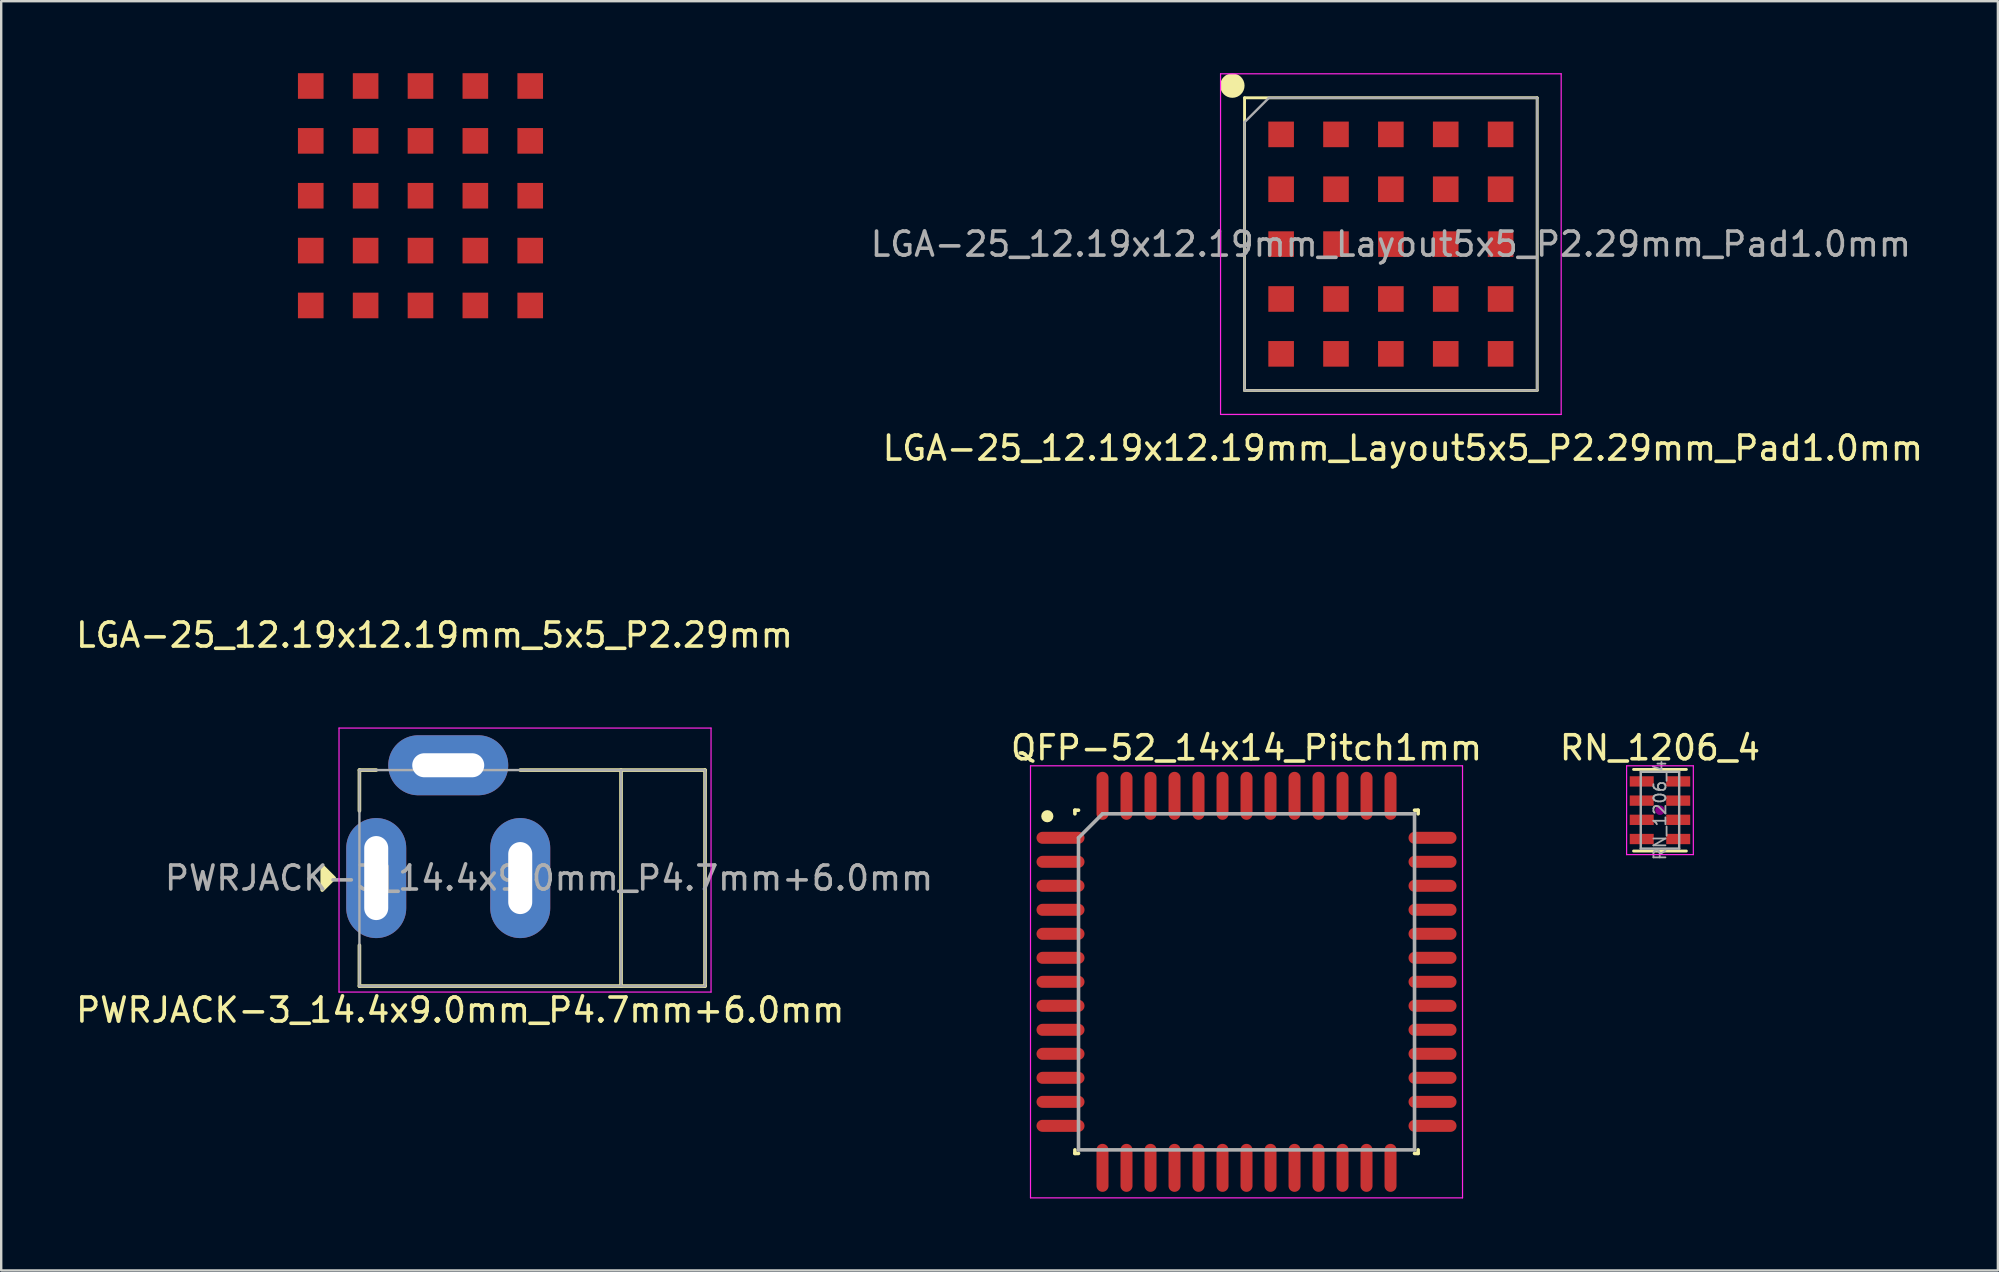
<source format=kicad_pcb>
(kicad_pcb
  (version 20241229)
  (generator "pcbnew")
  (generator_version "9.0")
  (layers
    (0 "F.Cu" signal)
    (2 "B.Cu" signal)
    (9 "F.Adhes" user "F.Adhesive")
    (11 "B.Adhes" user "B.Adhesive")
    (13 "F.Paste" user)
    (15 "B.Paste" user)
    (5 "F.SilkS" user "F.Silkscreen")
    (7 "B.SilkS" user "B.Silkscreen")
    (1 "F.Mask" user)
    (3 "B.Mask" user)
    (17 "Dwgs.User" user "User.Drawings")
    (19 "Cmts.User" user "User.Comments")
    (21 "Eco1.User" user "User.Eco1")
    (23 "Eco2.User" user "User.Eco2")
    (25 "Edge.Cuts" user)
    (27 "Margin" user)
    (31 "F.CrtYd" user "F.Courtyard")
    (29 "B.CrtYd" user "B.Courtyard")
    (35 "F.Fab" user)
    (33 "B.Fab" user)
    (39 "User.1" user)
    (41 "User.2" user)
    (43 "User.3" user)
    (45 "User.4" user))
  (footprint "LGA-25_12.19x12.19mm_5x5_P2.29mm"
    (layer "F.Cu")
    (at 14.469 5.105)
    (property "Reference" "LGA-25_12.19x12.19mm_5x5_P2.29mm" (at 0.584 18.305 0) (layer "F.SilkS") (effects (font (size 1 1) (thickness 0.15))))
    (attr through_hole)
    (pad "A1" smd rect (at -4.572 -4.572) (size 1.067 1.067) (layers "F.Cu" "F.Mask" "F.Paste"))
    (pad "A2" smd rect (at -2.286 -4.572) (size 1.067 1.067) (layers "F.Cu" "F.Mask" "F.Paste"))
    (pad "A3" smd rect (at 0 -4.572) (size 1.067 1.067) (layers "F.Cu" "F.Mask" "F.Paste"))
    (pad "A4" smd rect (at 2.286 -4.572) (size 1.067 1.067) (layers "F.Cu" "F.Mask" "F.Paste"))
    (pad "A5" smd rect (at 4.572 -4.572) (size 1.067 1.067) (layers "F.Cu" "F.Mask" "F.Paste"))
    (pad "B1" smd rect (at -4.572 -2.286) (size 1.067 1.067) (layers "F.Cu" "F.Mask" "F.Paste"))
    (pad "B2" smd rect (at -2.286 -2.286) (size 1.067 1.067) (layers "F.Cu" "F.Mask" "F.Paste"))
    (pad "B3" smd rect (at 0 -2.286) (size 1.067 1.067) (layers "F.Cu" "F.Mask" "F.Paste"))
    (pad "B4" smd rect (at 2.286 -2.286) (size 1.067 1.067) (layers "F.Cu" "F.Mask" "F.Paste"))
    (pad "B5" smd rect (at 4.572 -2.286) (size 1.067 1.067) (layers "F.Cu" "F.Mask" "F.Paste"))
    (pad "C1" smd rect (at -4.572 0) (size 1.067 1.067) (layers "F.Cu" "F.Mask" "F.Paste"))
    (pad "C2" smd rect (at -2.286 0) (size 1.067 1.067) (layers "F.Cu" "F.Mask" "F.Paste"))
    (pad "C3" smd rect (at 0 0) (size 1.067 1.067) (layers "F.Cu" "F.Mask" "F.Paste"))
    (pad "C4" smd rect (at 2.286 0) (size 1.067 1.067) (layers "F.Cu" "F.Mask" "F.Paste"))
    (pad "C5" smd rect (at 4.572 0) (size 1.067 1.067) (layers "F.Cu" "F.Mask" "F.Paste"))
    (pad "D1" smd rect (at -4.572 2.286) (size 1.067 1.067) (layers "F.Cu" "F.Mask" "F.Paste"))
    (pad "D2" smd rect (at -2.286 2.286) (size 1.067 1.067) (layers "F.Cu" "F.Mask" "F.Paste"))
    (pad "D3" smd rect (at 0 2.286) (size 1.067 1.067) (layers "F.Cu" "F.Mask" "F.Paste"))
    (pad "D4" smd rect (at 2.286 2.286) (size 1.067 1.067) (layers "F.Cu" "F.Mask" "F.Paste"))
    (pad "D5" smd rect (at 4.572 2.286) (size 1.067 1.067) (layers "F.Cu" "F.Mask" "F.Paste"))
    (pad "E1" smd rect (at -4.572 4.572) (size 1.067 1.067) (layers "F.Cu" "F.Mask" "F.Paste"))
    (pad "E2" smd rect (at -2.286 4.572) (size 1.067 1.067) (layers "F.Cu" "F.Mask" "F.Paste"))
    (pad "E3" smd rect (at 0 4.572) (size 1.067 1.067) (layers "F.Cu" "F.Mask" "F.Paste"))
    (pad "E4" smd rect (at 2.286 4.572) (size 1.067 1.067) (layers "F.Cu" "F.Mask" "F.Paste"))
    (pad "E5" smd rect (at 4.572 4.572) (size 1.067 1.067) (layers "F.Cu" "F.Mask" "F.Paste")))
  (footprint "PWRJACK-3_14.4x9.0mm_P4.7mm+6.0mm"
    (layer "F.Cu")
    (at 19.825 33.534)
    (property "Reference" "PWRJACK-3_14.4x9.0mm_P4.7mm+6.0mm" (at -3.7 5.5 0) (layer "F.SilkS") (effects (font (size 1 1) (thickness 0.15))))
    (attr through_hole)
    (fp_line (start -7.9 -4.5) (end -7.9 -2.8) (stroke (width 0.15) (type solid)) (layer "F.SilkS"))
    (fp_line (start -7.9 -4.5) (end -7.2 -4.5) (stroke (width 0.15) (type solid)) (layer "F.SilkS"))
    (fp_line (start -7.9 2.8) (end -7.9 4.5) (stroke (width 0.15) (type solid)) (layer "F.SilkS"))
    (fp_line (start -1.2 -4.5) (end 6.5 -4.5) (stroke (width 0.15) (type solid)) (layer "F.SilkS"))
    (fp_line (start 3 -4.5) (end 3 4.5) (stroke (width 0.15) (type solid)) (layer "F.SilkS"))
    (fp_line (start 6.5 -4.5) (end 6.5 4.5) (stroke (width 0.15) (type solid)) (layer "F.SilkS"))
    (fp_line (start 6.5 4.5) (end -7.9 4.5) (stroke (width 0.15) (type solid)) (layer "F.SilkS"))
    (fp_poly (pts (xy -8.95 0) (xy -9.45 -0.5) (xy -9.45 0.5)) (stroke (width 0.15) (type solid)) (fill yes) (layer "F.SilkS"))
    (fp_line (start -8.75 -6.25) (end 6.75 -6.25) (stroke (width 0.05) (type solid)) (layer "F.CrtYd"))
    (fp_line (start -8.75 4.75) (end -8.75 -6.25) (stroke (width 0.05) (type solid)) (layer "F.CrtYd"))
    (fp_line (start 6.75 -6.25) (end 6.75 4.75) (stroke (width 0.05) (type solid)) (layer "F.CrtYd"))
    (fp_line (start 6.75 4.75) (end -8.75 4.75) (stroke (width 0.05) (type solid)) (layer "F.CrtYd"))
    (fp_line (start -7.9 -4.5) (end -7.9 4.5) (stroke (width 0.1) (type solid)) (layer "F.Fab"))
    (fp_line (start -7.9 -4.5) (end 6.5 -4.5) (stroke (width 0.1) (type solid)) (layer "F.Fab"))
    (fp_line (start 3 -4.5) (end 3 4.5) (stroke (width 0.1) (type solid)) (layer "F.Fab"))
    (fp_line (start 6.5 -4.5) (end 6.5 4.5) (stroke (width 0.1) (type solid)) (layer "F.Fab"))
    (fp_line (start 6.5 4.5) (end -7.9 4.5) (stroke (width 0.1) (type solid)) (layer "F.Fab"))
    (fp_poly (pts (xy -7.25 0) (xy -6.75 -0.5) (xy -6.75 0.5)) (stroke (width 0.15) (type solid)) (fill no) (layer "F.Fab"))
    (fp_text user "${REFERENCE}" (at 0 0 0) (layer "F.Fab") (effects (font (size 1 1) (thickness 0.15))))
    (pad "1" thru_hole oval (at -7.2 0) (size 2.5 5) (drill oval 1 3.5) (layers "*.Cu" "*.Mask"))
    (pad "2" thru_hole oval (at -1.2 0) (size 2.5 5) (drill oval 1 3) (layers "*.Cu" "*.Mask"))
    (pad "3" thru_hole oval (at -4.2 -4.7) (size 5 2.5) (drill oval 3 1) (layers "*.Cu" "*.Mask")))
  (footprint "QFP-52_14x14_Pitch1mm"
    (layer "F.Cu")
    (at 48.885 37.857)
    (property "Reference" "QFP-52_14x14_Pitch1mm" (at 0 -9.75 0) (layer "F.SilkS") (effects (font (size 1 1) (thickness 0.15))))
    (attr smd)
    (fp_line (start -7.15 -7.15) (end -7.15 -7) (stroke (width 0.15) (type solid)) (layer "F.SilkS"))
    (fp_line (start -7.15 7.15) (end -7.15 7) (stroke (width 0.15) (type solid)) (layer "F.SilkS"))
    (fp_line (start -7 -7.15) (end -7.15 -7.15) (stroke (width 0.15) (type solid)) (layer "F.SilkS"))
    (fp_line (start -7 7.15) (end -7.15 7.15) (stroke (width 0.15) (type solid)) (layer "F.SilkS"))
    (fp_line (start 7 -7.15) (end 7.15 -7.15) (stroke (width 0.15) (type solid)) (layer "F.SilkS"))
    (fp_line (start 7 7.15) (end 7.15 7.15) (stroke (width 0.15) (type solid)) (layer "F.SilkS"))
    (fp_line (start 7.15 -7.15) (end 7.15 -7) (stroke (width 0.15) (type solid)) (layer "F.SilkS"))
    (fp_line (start 7.15 7.15) (end 7.15 7) (stroke (width 0.15) (type solid)) (layer "F.SilkS"))
    (fp_circle (center -8.3 -6.9) (end -8.173 -6.9) (stroke (width 0.254) (type solid)) (fill no) (layer "F.SilkS"))
    (fp_line (start -9 -9) (end 9 -9) (stroke (width 0.05) (type solid)) (layer "F.CrtYd"))
    (fp_line (start -9 9) (end -9 -9) (stroke (width 0.05) (type solid)) (layer "F.CrtYd"))
    (fp_line (start 9 -9) (end 9 9) (stroke (width 0.05) (type solid)) (layer "F.CrtYd"))
    (fp_line (start 9 9) (end -9 9) (stroke (width 0.05) (type solid)) (layer "F.CrtYd"))
    (fp_line (start -7 -6) (end -7 7) (stroke (width 0.15) (type solid)) (layer "F.Fab"))
    (fp_line (start -7 7) (end 7 7) (stroke (width 0.15) (type solid)) (layer "F.Fab"))
    (fp_line (start -6 -7) (end -7 -6) (stroke (width 0.15) (type solid)) (layer "F.Fab"))
    (fp_line (start 7 -7) (end -6 -7) (stroke (width 0.15) (type solid)) (layer "F.Fab"))
    (fp_line (start 7 7) (end 7 -7) (stroke (width 0.15) (type solid)) (layer "F.Fab"))
    (pad "1" smd oval (at -7.75 -6 90) (size 0.5 2) (layers "F.Cu" "F.Mask" "F.Paste"))
    (pad "2" smd oval (at -7.75 -5 90) (size 0.5 2) (layers "F.Cu" "F.Mask" "F.Paste"))
    (pad "3" smd oval (at -7.75 -4 90) (size 0.5 2) (layers "F.Cu" "F.Mask" "F.Paste"))
    (pad "4" smd oval (at -7.75 -3 90) (size 0.5 2) (layers "F.Cu" "F.Mask" "F.Paste"))
    (pad "5" smd oval (at -7.75 -2 90) (size 0.5 2) (layers "F.Cu" "F.Mask" "F.Paste"))
    (pad "6" smd oval (at -7.75 -1 90) (size 0.5 2) (layers "F.Cu" "F.Mask" "F.Paste"))
    (pad "7" smd oval (at -7.75 0 90) (size 0.5 2) (layers "F.Cu" "F.Mask" "F.Paste"))
    (pad "8" smd oval (at -7.75 1 90) (size 0.5 2) (layers "F.Cu" "F.Mask" "F.Paste"))
    (pad "9" smd oval (at -7.75 2 90) (size 0.5 2) (layers "F.Cu" "F.Mask" "F.Paste"))
    (pad "10" smd oval (at -7.75 3 90) (size 0.5 2) (layers "F.Cu" "F.Mask" "F.Paste"))
    (pad "11" smd oval (at -7.75 4 90) (size 0.5 2) (layers "F.Cu" "F.Mask" "F.Paste"))
    (pad "12" smd oval (at -7.75 5 90) (size 0.5 2) (layers "F.Cu" "F.Mask" "F.Paste"))
    (pad "13" smd oval (at -7.75 6 90) (size 0.5 2) (layers "F.Cu" "F.Mask" "F.Paste"))
    (pad "14" smd oval (at -6 7.75) (size 0.5 2) (layers "F.Cu" "F.Mask" "F.Paste"))
    (pad "15" smd oval (at -5 7.75) (size 0.5 2) (layers "F.Cu" "F.Mask" "F.Paste"))
    (pad "16" smd oval (at -4 7.75) (size 0.5 2) (layers "F.Cu" "F.Mask" "F.Paste"))
    (pad "17" smd oval (at -3 7.75) (size 0.5 2) (layers "F.Cu" "F.Mask" "F.Paste"))
    (pad "18" smd oval (at -2 7.75) (size 0.5 2) (layers "F.Cu" "F.Mask" "F.Paste"))
    (pad "19" smd oval (at -1 7.75) (size 0.5 2) (layers "F.Cu" "F.Mask" "F.Paste"))
    (pad "20" smd oval (at 0 7.75) (size 0.5 2) (layers "F.Cu" "F.Mask" "F.Paste"))
    (pad "21" smd oval (at 1 7.75) (size 0.5 2) (layers "F.Cu" "F.Mask" "F.Paste"))
    (pad "22" smd oval (at 2 7.75) (size 0.5 2) (layers "F.Cu" "F.Mask" "F.Paste"))
    (pad "23" smd oval (at 3 7.75) (size 0.5 2) (layers "F.Cu" "F.Mask" "F.Paste"))
    (pad "24" smd oval (at 4 7.75) (size 0.5 2) (layers "F.Cu" "F.Mask" "F.Paste"))
    (pad "25" smd oval (at 5 7.75) (size 0.5 2) (layers "F.Cu" "F.Mask" "F.Paste"))
    (pad "26" smd oval (at 6 7.75) (size 0.5 2) (layers "F.Cu" "F.Mask" "F.Paste"))
    (pad "27" smd oval (at 7.75 6 90) (size 0.5 2) (layers "F.Cu" "F.Mask" "F.Paste"))
    (pad "28" smd oval (at 7.75 5 90) (size 0.5 2) (layers "F.Cu" "F.Mask" "F.Paste"))
    (pad "29" smd oval (at 7.75 4 90) (size 0.5 2) (layers "F.Cu" "F.Mask" "F.Paste"))
    (pad "30" smd oval (at 7.75 3 90) (size 0.5 2) (layers "F.Cu" "F.Mask" "F.Paste"))
    (pad "31" smd oval (at 7.75 2 90) (size 0.5 2) (layers "F.Cu" "F.Mask" "F.Paste"))
    (pad "32" smd oval (at 7.75 1 90) (size 0.5 2) (layers "F.Cu" "F.Mask" "F.Paste"))
    (pad "33" smd oval (at 7.75 0 90) (size 0.5 2) (layers "F.Cu" "F.Mask" "F.Paste"))
    (pad "34" smd oval (at 7.75 -1 90) (size 0.5 2) (layers "F.Cu" "F.Mask" "F.Paste"))
    (pad "35" smd oval (at 7.75 -2 90) (size 0.5 2) (layers "F.Cu" "F.Mask" "F.Paste"))
    (pad "36" smd oval (at 7.75 -3 90) (size 0.5 2) (layers "F.Cu" "F.Mask" "F.Paste"))
    (pad "37" smd oval (at 7.75 -4 90) (size 0.5 2) (layers "F.Cu" "F.Mask" "F.Paste"))
    (pad "38" smd oval (at 7.75 -5 90) (size 0.5 2) (layers "F.Cu" "F.Mask" "F.Paste"))
    (pad "39" smd oval (at 7.75 -6 90) (size 0.5 2) (layers "F.Cu" "F.Mask" "F.Paste"))
    (pad "40" smd oval (at 6 -7.75) (size 0.5 2) (layers "F.Cu" "F.Mask" "F.Paste"))
    (pad "41" smd oval (at 5 -7.75) (size 0.5 2) (layers "F.Cu" "F.Mask" "F.Paste"))
    (pad "42" smd oval (at 4 -7.75) (size 0.5 2) (layers "F.Cu" "F.Mask" "F.Paste"))
    (pad "43" smd oval (at 3 -7.75) (size 0.5 2) (layers "F.Cu" "F.Mask" "F.Paste"))
    (pad "44" smd oval (at 2 -7.75) (size 0.5 2) (layers "F.Cu" "F.Mask" "F.Paste"))
    (pad "45" smd oval (at 1 -7.75) (size 0.5 2) (layers "F.Cu" "F.Mask" "F.Paste"))
    (pad "46" smd oval (at 0 -7.75) (size 0.5 2) (layers "F.Cu" "F.Mask" "F.Paste"))
    (pad "47" smd oval (at -1 -7.75) (size 0.5 2) (layers "F.Cu" "F.Mask" "F.Paste"))
    (pad "48" smd oval (at -2 -7.75) (size 0.5 2) (layers "F.Cu" "F.Mask" "F.Paste"))
    (pad "49" smd oval (at -3 -7.75) (size 0.5 2) (layers "F.Cu" "F.Mask" "F.Paste"))
    (pad "50" smd oval (at -4 -7.75) (size 0.5 2) (layers "F.Cu" "F.Mask" "F.Paste"))
    (pad "51" smd oval (at -5 -7.75) (size 0.5 2) (layers "F.Cu" "F.Mask" "F.Paste"))
    (pad "52" smd oval (at -6 -7.75) (size 0.5 2) (layers "F.Cu" "F.Mask" "F.Paste")))
  (footprint "LGA-25_12.19x12.19mm_Layout5x5_P2.29mm_Pad1.0mm"
    (layer "F.Cu")
    (at 54.899 7.121)
    (property "Reference" "LGA-25_12.19x12.19mm_Layout5x5_P2.29mm_Pad1.0mm" (at 0.5 8.5 0) (layer "F.SilkS") (effects (font (size 1 1) (thickness 0.15))))
    (attr smd)
    (fp_line (start -6.096 -6.096) (end 6.096 -6.096) (stroke (width 0.12) (type solid)) (layer "F.SilkS"))
    (fp_line (start -6.096 6.096) (end -6.096 -6.096) (stroke (width 0.12) (type solid)) (layer "F.SilkS"))
    (fp_line (start 6.096 -6.096) (end 6.096 6.096) (stroke (width 0.12) (type solid)) (layer "F.SilkS"))
    (fp_line (start 6.096 6.096) (end -6.096 6.096) (stroke (width 0.12) (type solid)) (layer "F.SilkS"))
    (fp_circle (center -6.604 -6.604) (end -6.35 -6.604) (stroke (width 0.508) (type solid)) (fill no) (layer "F.SilkS"))
    (fp_line (start -7.096 -7.096) (end -7.096 7.096) (stroke (width 0.05) (type solid)) (layer "F.CrtYd"))
    (fp_line (start -7.096 -7.096) (end 7.096 -7.096) (stroke (width 0.05) (type solid)) (layer "F.CrtYd"))
    (fp_line (start -7.096 7.096) (end 7.096 7.096) (stroke (width 0.05) (type solid)) (layer "F.CrtYd"))
    (fp_line (start 7.096 -7.096) (end 7.096 7.096) (stroke (width 0.05) (type solid)) (layer "F.CrtYd"))
    (fp_line (start -6.096 -5.08) (end -5.08 -6.096) (stroke (width 0.1) (type solid)) (layer "F.Fab"))
    (fp_line (start -6.096 6.096) (end -6.096 -5.08) (stroke (width 0.1) (type solid)) (layer "F.Fab"))
    (fp_line (start -5.08 -6.096) (end 6.096 -6.096) (stroke (width 0.1) (type solid)) (layer "F.Fab"))
    (fp_line (start 6.096 -6.096) (end 6.096 6.096) (stroke (width 0.1) (type solid)) (layer "F.Fab"))
    (fp_line (start 6.096 6.096) (end -6.096 6.096) (stroke (width 0.1) (type solid)) (layer "F.Fab"))
    (fp_text user "${REFERENCE}" (at 0 0 0) (layer "F.Fab") (effects (font (size 1 1) (thickness 0.15))))
    (pad "A1" smd rect (at -4.572 -4.572) (size 1.067 1.067) (layers "F.Cu" "F.Mask" "F.Paste"))
    (pad "A2" smd rect (at -2.286 -4.572) (size 1.067 1.067) (layers "F.Cu" "F.Mask" "F.Paste"))
    (pad "A3" smd rect (at 0 -4.572) (size 1.067 1.067) (layers "F.Cu" "F.Mask" "F.Paste"))
    (pad "A4" smd rect (at 2.286 -4.572) (size 1.067 1.067) (layers "F.Cu" "F.Mask" "F.Paste"))
    (pad "A5" smd rect (at 4.572 -4.572) (size 1.067 1.067) (layers "F.Cu" "F.Mask" "F.Paste"))
    (pad "B1" smd rect (at -4.572 -2.286) (size 1.067 1.067) (layers "F.Cu" "F.Mask" "F.Paste"))
    (pad "B2" smd rect (at -2.286 -2.286) (size 1.067 1.067) (layers "F.Cu" "F.Mask" "F.Paste"))
    (pad "B3" smd rect (at 0 -2.286) (size 1.067 1.067) (layers "F.Cu" "F.Mask" "F.Paste"))
    (pad "B4" smd rect (at 2.286 -2.286) (size 1.067 1.067) (layers "F.Cu" "F.Mask" "F.Paste"))
    (pad "B5" smd rect (at 4.572 -2.286) (size 1.067 1.067) (layers "F.Cu" "F.Mask" "F.Paste"))
    (pad "C1" smd rect (at -4.572 0) (size 1.067 1.067) (layers "F.Cu" "F.Mask" "F.Paste"))
    (pad "C2" smd rect (at -2.286 0) (size 1.067 1.067) (layers "F.Cu" "F.Mask" "F.Paste"))
    (pad "C3" smd rect (at 0 0) (size 1.067 1.067) (layers "F.Cu" "F.Mask" "F.Paste"))
    (pad "C4" smd rect (at 2.286 0) (size 1.067 1.067) (layers "F.Cu" "F.Mask" "F.Paste"))
    (pad "C5" smd rect (at 4.572 0) (size 1.067 1.067) (layers "F.Cu" "F.Mask" "F.Paste"))
    (pad "D1" smd rect (at -4.572 2.286) (size 1.067 1.067) (layers "F.Cu" "F.Mask" "F.Paste"))
    (pad "D2" smd rect (at -2.286 2.286) (size 1.067 1.067) (layers "F.Cu" "F.Mask" "F.Paste"))
    (pad "D3" smd rect (at 0 2.286) (size 1.067 1.067) (layers "F.Cu" "F.Mask" "F.Paste"))
    (pad "D4" smd rect (at 2.286 2.286) (size 1.067 1.067) (layers "F.Cu" "F.Mask" "F.Paste"))
    (pad "D5" smd rect (at 4.572 2.286) (size 1.067 1.067) (layers "F.Cu" "F.Mask" "F.Paste"))
    (pad "E1" smd rect (at -4.572 4.572) (size 1.067 1.067) (layers "F.Cu" "F.Mask" "F.Paste"))
    (pad "E2" smd rect (at -2.286 4.572) (size 1.067 1.067) (layers "F.Cu" "F.Mask" "F.Paste"))
    (pad "E3" smd rect (at 0 4.572) (size 1.067 1.067) (layers "F.Cu" "F.Mask" "F.Paste"))
    (pad "E4" smd rect (at 2.286 4.572) (size 1.067 1.067) (layers "F.Cu" "F.Mask" "F.Paste"))
    (pad "E5" smd rect (at 4.572 4.572) (size 1.067 1.067) (layers "F.Cu" "F.Mask" "F.Paste")))
  (footprint "RN_1206_4"
    (layer "F.Cu")
    (at 66.111 30.707)
    (property "Reference" "RN_1206_4" (at 0 -2.6 0) (layer "F.SilkS") (effects (font (size 1 1) (thickness 0.15))))
    (attr smd)
    (fp_poly (pts (xy -1.25 -1.75) (xy 1.25 -1.75) (xy 1.25 1.75) (xy -1.25 1.75)) (stroke (width 0.15) (type solid)) (fill yes) (layer "F.Mask"))
    (fp_line (start 1.1 -1.7) (end -1.1 -1.7) (stroke (width 0.12) (type solid)) (layer "F.SilkS"))
    (fp_line (start 1.1 1.7) (end -1.1 1.7) (stroke (width 0.12) (type solid)) (layer "F.SilkS"))
    (fp_circle (center 0 0) (end -0.1 0) (stroke (width 0.2) (type solid)) (fill no) (layer "F.Adhes"))
    (fp_line (start -1.39 -1.85) (end -1.39 1.85) (stroke (width 0.05) (type solid)) (layer "F.CrtYd"))
    (fp_line (start -1.39 -1.85) (end 1.39 -1.85) (stroke (width 0.05) (type solid)) (layer "F.CrtYd"))
    (fp_line (start 1.39 1.85) (end -1.39 1.85) (stroke (width 0.05) (type solid)) (layer "F.CrtYd"))
    (fp_line (start 1.39 1.85) (end 1.39 -1.85) (stroke (width 0.05) (type solid)) (layer "F.CrtYd"))
    (fp_line (start -0.8 -1.6) (end 0.8 -1.6) (stroke (width 0.1) (type solid)) (layer "F.Fab"))
    (fp_line (start -0.8 1.6) (end -0.8 -1.6) (stroke (width 0.1) (type solid)) (layer "F.Fab"))
    (fp_line (start 0.8 -1.6) (end 0.8 1.6) (stroke (width 0.1) (type solid)) (layer "F.Fab"))
    (fp_line (start 0.8 1.6) (end -0.8 1.6) (stroke (width 0.1) (type solid)) (layer "F.Fab"))
    (fp_text user "${REFERENCE}" (at 0 0 90) (layer "F.Fab") (effects (font (size 0.5 0.5) (thickness 0.075))))
    (pad "1" smd rect (at -0.76 -1.2 180) (size 1 0.43) (layers "F.Cu" "F.Mask" "F.Paste"))
    (pad "2" smd rect (at -0.76 -0.4 180) (size 1 0.43) (layers "F.Cu" "F.Mask" "F.Paste"))
    (pad "3" smd rect (at -0.76 0.4 180) (size 1 0.43) (layers "F.Cu" "F.Mask" "F.Paste"))
    (pad "4" smd rect (at -0.76 1.2 180) (size 1 0.43) (layers "F.Cu" "F.Mask" "F.Paste"))
    (pad "5" smd rect (at 0.76 1.2 180) (size 1 0.43) (layers "F.Cu" "F.Mask" "F.Paste"))
    (pad "6" smd rect (at 0.76 0.4 180) (size 1 0.43) (layers "F.Cu" "F.Mask" "F.Paste"))
    (pad "7" smd rect (at 0.76 -0.4 180) (size 1 0.43) (layers "F.Cu" "F.Mask" "F.Paste"))
    (pad "8" smd rect (at 0.76 -1.2 180) (size 1 0.43) (layers "F.Cu" "F.Mask" "F.Paste")))
  (gr_rect
    (start -3 -3)
    (end 80.19 49.882)
    (stroke (width 0.1) (type default))
    (fill no)
    (layer "Edge.Cuts")))
</source>
